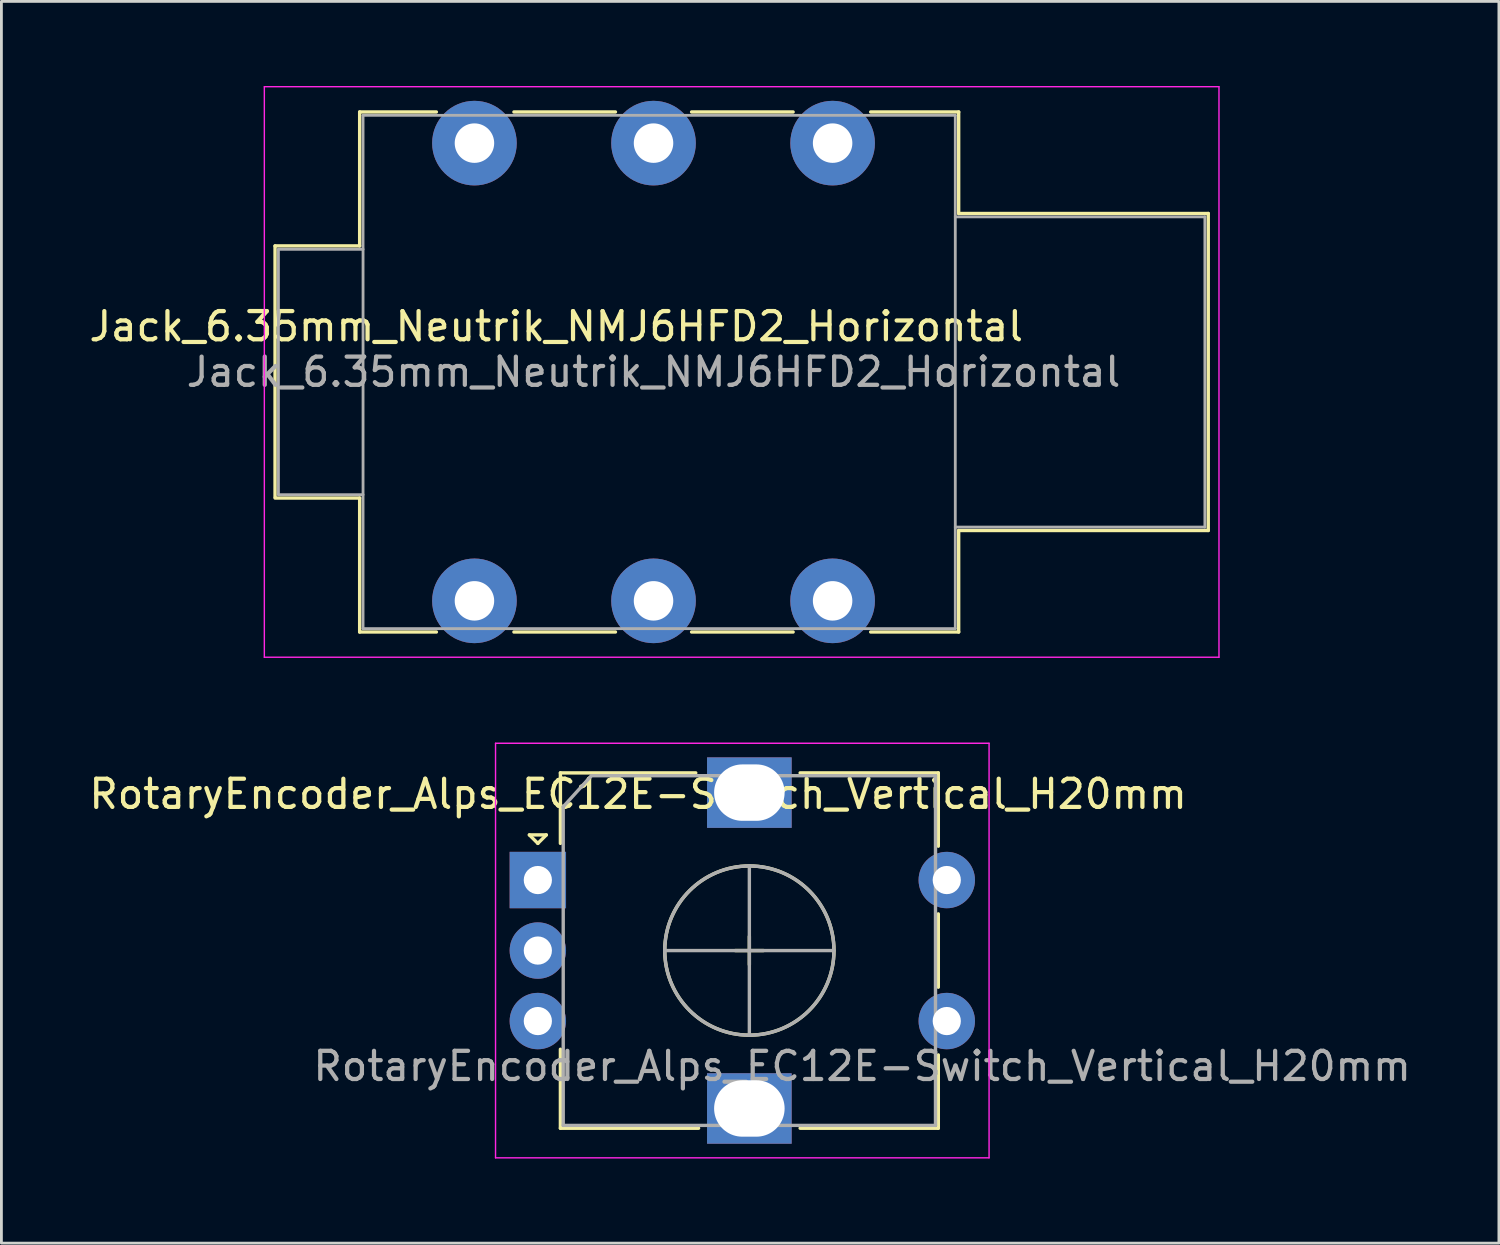
<source format=kicad_pcb>
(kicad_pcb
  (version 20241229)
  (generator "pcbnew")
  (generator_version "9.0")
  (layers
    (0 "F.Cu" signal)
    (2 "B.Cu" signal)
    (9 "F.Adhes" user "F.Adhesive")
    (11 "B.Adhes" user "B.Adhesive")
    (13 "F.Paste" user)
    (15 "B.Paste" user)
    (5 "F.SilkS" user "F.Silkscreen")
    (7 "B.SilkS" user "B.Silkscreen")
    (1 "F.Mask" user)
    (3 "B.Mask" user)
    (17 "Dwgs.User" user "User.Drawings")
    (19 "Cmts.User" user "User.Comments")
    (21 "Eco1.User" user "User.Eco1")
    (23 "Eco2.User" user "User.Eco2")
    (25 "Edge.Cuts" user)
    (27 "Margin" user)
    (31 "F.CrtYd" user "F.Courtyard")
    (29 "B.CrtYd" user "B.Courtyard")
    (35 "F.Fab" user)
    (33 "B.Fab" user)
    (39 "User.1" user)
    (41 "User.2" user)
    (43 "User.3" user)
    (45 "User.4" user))
  (footprint "Jack_6.35mm_Neutrik_NMJ6HFD2_Horizontal"
    (layer "F.Cu")
    (at 13.773 2.025)
    (property "Reference" "Jack_6.35mm_Neutrik_NMJ6HFD2_Horizontal" (at 2.9 6.5 0) (layer "F.SilkS") (effects (font (size 1 1) (thickness 0.15))))
    (attr through_hole)
    (fp_line (start -7.07 3.645) (end -4.07 3.645) (stroke (width 0.12) (type solid)) (layer "F.SilkS"))
    (fp_line (start -7.07 12.545) (end -7.07 3.645) (stroke (width 0.12) (type solid)) (layer "F.SilkS"))
    (fp_line (start -7.07 12.585) (end -4.07 12.585) (stroke (width 0.12) (type solid)) (layer "F.SilkS"))
    (fp_line (start -4.07 -1.105) (end -1.35 -1.105) (stroke (width 0.12) (type solid)) (layer "F.SilkS"))
    (fp_line (start -4.07 3.645) (end -4.07 -1.105) (stroke (width 0.12) (type solid)) (layer "F.SilkS"))
    (fp_line (start -4.07 17.335) (end -4.07 12.585) (stroke (width 0.12) (type solid)) (layer "F.SilkS"))
    (fp_line (start -1.35 17.335) (end -4.07 17.335) (stroke (width 0.12) (type solid)) (layer "F.SilkS"))
    (fp_line (start 1.4 -1.105) (end 5 -1.105) (stroke (width 0.12) (type solid)) (layer "F.SilkS"))
    (fp_line (start 5 17.335) (end 1.4 17.335) (stroke (width 0.12) (type solid)) (layer "F.SilkS"))
    (fp_line (start 7.7 -1.105) (end 11.3 -1.105) (stroke (width 0.12) (type solid)) (layer "F.SilkS"))
    (fp_line (start 11.3 17.335) (end 7.7 17.335) (stroke (width 0.12) (type solid)) (layer "F.SilkS"))
    (fp_line (start 17.17 -1.105) (end 14.05 -1.105) (stroke (width 0.12) (type solid)) (layer "F.SilkS"))
    (fp_line (start 17.17 2.495) (end 17.17 -1.105) (stroke (width 0.12) (type solid)) (layer "F.SilkS"))
    (fp_line (start 17.17 2.495) (end 26.02 2.495) (stroke (width 0.12) (type solid)) (layer "F.SilkS"))
    (fp_line (start 17.17 13.735) (end 26.02 13.735) (stroke (width 0.12) (type solid)) (layer "F.SilkS"))
    (fp_line (start 17.17 17.335) (end 14.05 17.335) (stroke (width 0.12) (type solid)) (layer "F.SilkS"))
    (fp_line (start 17.17 17.335) (end 17.17 13.735) (stroke (width 0.12) (type solid)) (layer "F.SilkS"))
    (fp_line (start 26.02 13.735) (end 26.02 2.495) (stroke (width 0.12) (type solid)) (layer "F.SilkS"))
    (fp_line (start -7.45 18.23) (end -7.45 -2) (stroke (width 0.05) (type solid)) (layer "F.CrtYd"))
    (fp_line (start -7.45 18.23) (end 26.4 18.23) (stroke (width 0.05) (type solid)) (layer "F.CrtYd"))
    (fp_line (start 26.4 -2) (end -7.45 -2) (stroke (width 0.05) (type solid)) (layer "F.CrtYd"))
    (fp_line (start 26.4 18.23) (end 26.4 -2) (stroke (width 0.05) (type solid)) (layer "F.CrtYd"))
    (fp_line (start -6.95 3.765) (end -3.95 3.765) (stroke (width 0.1) (type solid)) (layer "F.Fab"))
    (fp_line (start -6.95 12.465) (end -6.95 3.765) (stroke (width 0.1) (type solid)) (layer "F.Fab"))
    (fp_line (start -6.95 12.465) (end -3.95 12.465) (stroke (width 0.1) (type solid)) (layer "F.Fab"))
    (fp_line (start -3.95 17.215) (end -3.95 -0.985) (stroke (width 0.1) (type solid)) (layer "F.Fab"))
    (fp_line (start 17.05 -0.985) (end -3.95 -0.985) (stroke (width 0.1) (type solid)) (layer "F.Fab"))
    (fp_line (start 17.05 17.215) (end -3.95 17.215) (stroke (width 0.1) (type solid)) (layer "F.Fab"))
    (fp_line (start 17.05 17.215) (end 17.05 -0.985) (stroke (width 0.1) (type solid)) (layer "F.Fab"))
    (fp_line (start 25.9 2.615) (end 17.05 2.615) (stroke (width 0.1) (type solid)) (layer "F.Fab"))
    (fp_line (start 25.9 13.615) (end 17.05 13.615) (stroke (width 0.1) (type solid)) (layer "F.Fab"))
    (fp_line (start 25.9 13.615) (end 25.9 2.615) (stroke (width 0.1) (type solid)) (layer "F.Fab"))
    (fp_text user "${REFERENCE}" (at 6.35 8.115 0) (layer "F.Fab") (effects (font (size 1 1) (thickness 0.15))))
    (pad "R" thru_hole circle (at 6.35 0) (size 3 3) (drill 1.4) (layers "*.Cu" "*.Mask"))
    (pad "RN" thru_hole circle (at 6.35 16.23) (size 3 3) (drill 1.4) (layers "*.Cu" "*.Mask"))
    (pad "S" thru_hole circle (at 12.7 0) (size 3 3) (drill 1.4) (layers "*.Cu" "*.Mask"))
    (pad "SN" thru_hole circle (at 12.7 16.23) (size 3 3) (drill 1.4) (layers "*.Cu" "*.Mask"))
    (pad "T" thru_hole circle (at 0 0) (size 3 3) (drill 1.4) (layers "*.Cu" "*.Mask"))
    (pad "TN" thru_hole circle (at 0 16.23) (size 3 3) (drill 1.4) (layers "*.Cu" "*.Mask")))
  (footprint "RotaryEncoder_Alps_EC12E-Switch_Vertical_H20mm"
    (layer "F.Cu")
    (at 23.521 30.655)
    (property "Reference" "RotaryEncoder_Alps_EC12E-Switch_Vertical_H20mm" (at -3.944 -5.548 0) (layer "F.SilkS") (effects (font (size 1 1) (thickness 0.15))))
    (attr through_hole)
    (fp_line (start -7.8 -4.1) (end -7.2 -4.1) (stroke (width 0.12) (type solid)) (layer "F.SilkS"))
    (fp_line (start -7.5 -3.8) (end -7.8 -4.1) (stroke (width 0.12) (type solid)) (layer "F.SilkS"))
    (fp_line (start -7.2 -4.1) (end -7.5 -3.8) (stroke (width 0.12) (type solid)) (layer "F.SilkS"))
    (fp_line (start -6.7 -6.3) (end -6.7 -3.8) (stroke (width 0.12) (type solid)) (layer "F.SilkS"))
    (fp_line (start -6.7 6.3) (end -6.7 3.5) (stroke (width 0.12) (type solid)) (layer "F.SilkS"))
    (fp_line (start -1.9 -6.3) (end -6.7 -6.3) (stroke (width 0.12) (type solid)) (layer "F.SilkS"))
    (fp_line (start -1.8 6.3) (end -6.7 6.3) (stroke (width 0.12) (type solid)) (layer "F.SilkS"))
    (fp_line (start -0.5 0) (end 0.5 0) (stroke (width 0.12) (type solid)) (layer "F.SilkS"))
    (fp_line (start 0 -0.5) (end 0 0.5) (stroke (width 0.12) (type solid)) (layer "F.SilkS"))
    (fp_line (start 1.8 -6.3) (end 6.7 -6.3) (stroke (width 0.12) (type solid)) (layer "F.SilkS"))
    (fp_line (start 6.7 -6.3) (end 6.7 -3.7) (stroke (width 0.12) (type solid)) (layer "F.SilkS"))
    (fp_line (start 6.7 -1.3) (end 6.7 1.3) (stroke (width 0.12) (type solid)) (layer "F.SilkS"))
    (fp_line (start 6.7 3.7) (end 6.7 6.3) (stroke (width 0.12) (type solid)) (layer "F.SilkS"))
    (fp_line (start 6.7 6.3) (end 1.8 6.3) (stroke (width 0.12) (type solid)) (layer "F.SilkS"))
    (fp_circle (center 0 0) (end 3 0) (stroke (width 0.12) (type solid)) (fill no) (layer "F.SilkS"))
    (fp_line (start -9 -7.35) (end -9 7.35) (stroke (width 0.05) (type solid)) (layer "F.CrtYd"))
    (fp_line (start -9 -7.35) (end 8.5 -7.35) (stroke (width 0.05) (type solid)) (layer "F.CrtYd"))
    (fp_line (start 8.5 7.35) (end -9 7.35) (stroke (width 0.05) (type solid)) (layer "F.CrtYd"))
    (fp_line (start 8.5 7.35) (end 8.5 -7.35) (stroke (width 0.05) (type solid)) (layer "F.CrtYd"))
    (fp_line (start -6.6 -5.1) (end -5.6 -6.2) (stroke (width 0.12) (type solid)) (layer "F.Fab"))
    (fp_line (start -6.6 6.2) (end -6.6 -5.1) (stroke (width 0.12) (type solid)) (layer "F.Fab"))
    (fp_line (start -5.6 -6.2) (end 6.6 -6.2) (stroke (width 0.12) (type solid)) (layer "F.Fab"))
    (fp_line (start -3 0) (end 3 0) (stroke (width 0.12) (type solid)) (layer "F.Fab"))
    (fp_line (start 0 -3) (end 0 3) (stroke (width 0.12) (type solid)) (layer "F.Fab"))
    (fp_line (start 6.6 -6.2) (end 6.6 6.2) (stroke (width 0.12) (type solid)) (layer "F.Fab"))
    (fp_line (start 6.6 6.2) (end -6.6 6.2) (stroke (width 0.12) (type solid)) (layer "F.Fab"))
    (fp_circle (center 0 0) (end 3 0) (stroke (width 0.12) (type solid)) (fill no) (layer "F.Fab"))
    (fp_text user "${REFERENCE}" (at 4 4.1 0) (layer "F.Fab") (effects (font (size 1 1) (thickness 0.15))))
    (pad "A" thru_hole rect (at -7.5 -2.5) (size 2 2) (drill 1) (layers "*.Cu" "*.Mask"))
    (pad "B" thru_hole circle (at -7.5 2.5) (size 2 2) (drill 1) (layers "*.Cu" "*.Mask"))
    (pad "C" thru_hole circle (at -7.5 0) (size 2 2) (drill 1) (layers "*.Cu" "*.Mask"))
    (pad "MP" thru_hole rect (at 0 -5.6) (size 3 2.5) (drill oval 2.5 2) (layers "*.Cu" "*.Mask"))
    (pad "MP" thru_hole rect (at 0 5.6) (size 3 2.5) (drill oval 2.5 2) (layers "*.Cu" "*.Mask"))
    (pad "S1" thru_hole circle (at 7 -2.5) (size 2 2) (drill 1) (layers "*.Cu" "*.Mask"))
    (pad "S2" thru_hole circle (at 7 2.5) (size 2 2) (drill 1) (layers "*.Cu" "*.Mask")))
  (gr_rect
    (start -3 -3)
    (end 50.099 41.03)
    (stroke (width 0.1) (type default))
    (fill no)
    (layer "Edge.Cuts")))
</source>
